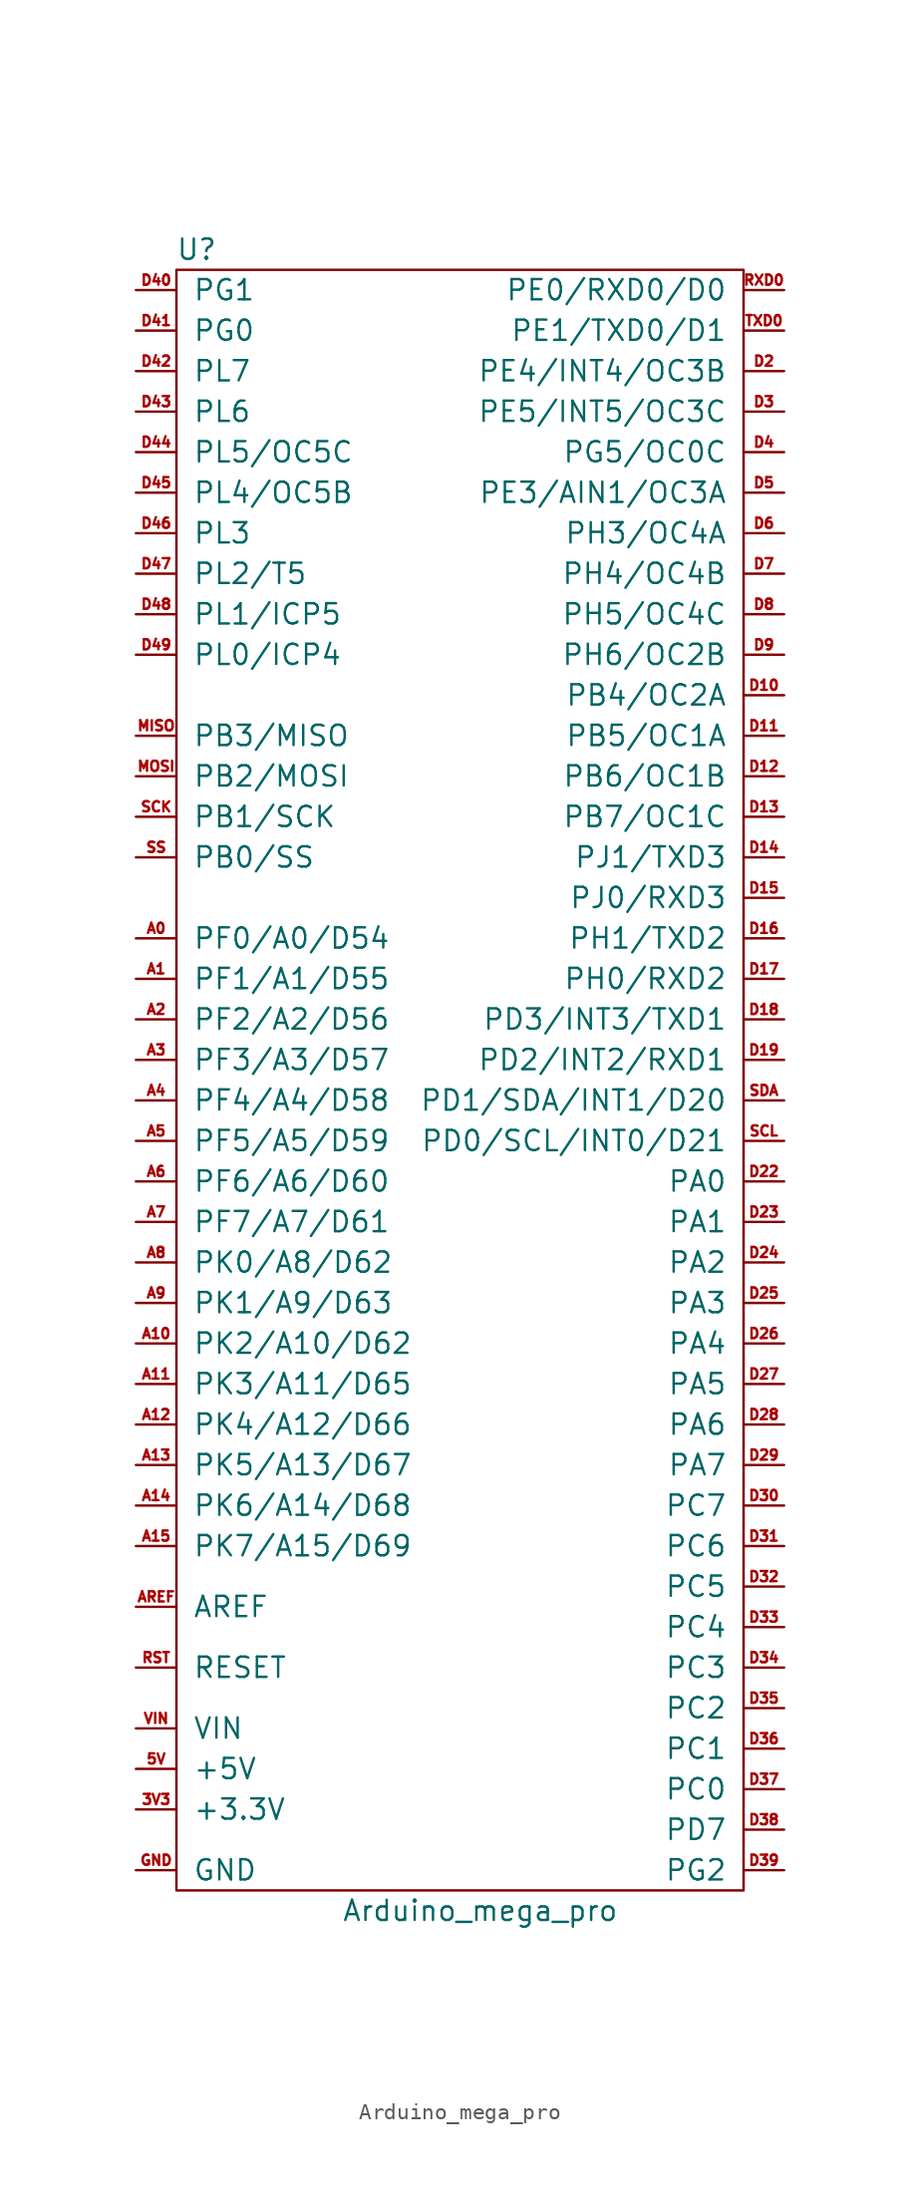
<source format=kicad_sym>
(kicad_symbol_lib
  (version 20231120)
  (generator "kicad_symbol_editor")
  (generator_version "8.0")
  (symbol "Arduino_mega_pro"
    (pin_names
      (offset 1.016))
    (property "Reference" "U"
      (at -16.51 -8.89 0)
      (effects (font (size 1.27 1.27))))
    (property "Value" "Arduino_mega_pro"
      (at 1.27 -113.03 0)
      (effects (font (size 1.27 1.27))))
    (symbol "Arduino_mega_pro_0_0"
      (pin power_out line (at -20.32 -106.68 0) (length 2.54) (name "+3.3V" (effects (font (size 1.27 1.27)))) (number "3V3" (effects (font (size 0.635 0.635)))))
      (pin power_in line (at -20.32 -104.14 0) (length 2.54) (name "+5V" (effects (font (size 1.27 1.27)))) (number "5V" (effects (font (size 0.635 0.635)))))
      (pin bidirectional line (at -20.32 -52.07 0) (length 2.54) (name "PF0/A0/D54" (effects (font (size 1.27 1.27)))) (number "A0" (effects (font (size 0.635 0.635)))))
      (pin bidirectional line (at -20.32 -54.61 0) (length 2.54) (name "PF1/A1/D55" (effects (font (size 1.27 1.27)))) (number "A1" (effects (font (size 0.635 0.635)))))
      (pin passive line (at -20.32 -77.47 0) (length 2.54) (name "PK2/A10/D62" (effects (font (size 1.27 1.27)))) (number "A10" (effects (font (size 0.635 0.635)))))
      (pin passive line (at -20.32 -80.01 0) (length 2.54) (name "PK3/A11/D65" (effects (font (size 1.27 1.27)))) (number "A11" (effects (font (size 0.635 0.635)))))
      (pin passive line (at -20.32 -82.55 0) (length 2.54) (name "PK4/A12/D66" (effects (font (size 1.27 1.27)))) (number "A12" (effects (font (size 0.635 0.635)))))
      (pin passive line (at -20.32 -85.09 0) (length 2.54) (name "PK5/A13/D67" (effects (font (size 1.27 1.27)))) (number "A13" (effects (font (size 0.635 0.635)))))
      (pin passive line (at -20.32 -87.63 0) (length 2.54) (name "PK6/A14/D68" (effects (font (size 1.27 1.27)))) (number "A14" (effects (font (size 0.635 0.635)))))
      (pin passive line (at -20.32 -90.17 0) (length 2.54) (name "PK7/A15/D69" (effects (font (size 1.27 1.27)))) (number "A15" (effects (font (size 0.635 0.635)))))
      (pin bidirectional line (at -20.32 -57.15 0) (length 2.54) (name "PF2/A2/D56" (effects (font (size 1.27 1.27)))) (number "A2" (effects (font (size 0.635 0.635)))))
      (pin bidirectional line (at -20.32 -59.69 0) (length 2.54) (name "PF3/A3/D57" (effects (font (size 1.27 1.27)))) (number "A3" (effects (font (size 0.635 0.635)))))
      (pin passive line (at -20.32 -62.23 0) (length 2.54) (name "PF4/A4/D58" (effects (font (size 1.27 1.27)))) (number "A4" (effects (font (size 0.635 0.635)))))
      (pin passive line (at -20.32 -64.77 0) (length 2.54) (name "PF5/A5/D59" (effects (font (size 1.27 1.27)))) (number "A5" (effects (font (size 0.635 0.635)))))
      (pin passive line (at -20.32 -67.31 0) (length 2.54) (name "PF6/A6/D60" (effects (font (size 1.27 1.27)))) (number "A6" (effects (font (size 0.635 0.635)))))
      (pin passive line (at -20.32 -69.85 0) (length 2.54) (name "PF7/A7/D61" (effects (font (size 1.27 1.27)))) (number "A7" (effects (font (size 0.635 0.635)))))
      (pin passive line (at -20.32 -72.39 0) (length 2.54) (name "PK0/A8/D62" (effects (font (size 1.27 1.27)))) (number "A8" (effects (font (size 0.635 0.635)))))
      (pin passive line (at -20.32 -74.93 0) (length 2.54) (name "PK1/A9/D63" (effects (font (size 1.27 1.27)))) (number "A9" (effects (font (size 0.635 0.635)))))
      (pin passive line (at -20.32 -93.98 0) (length 2.54) (name "AREF" (effects (font (size 1.27 1.27)))) (number "AREF" (effects (font (size 0.635 0.635)))))
      (pin bidirectional line (at 20.32 -36.83 180) (length 2.54) (name "PB4/OC2A" (effects (font (size 1.27 1.27)))) (number "D10" (effects (font (size 0.635 0.635)))))
      (pin bidirectional line (at 20.32 -39.37 180) (length 2.54) (name "PB5/OC1A" (effects (font (size 1.27 1.27)))) (number "D11" (effects (font (size 0.635 0.635)))))
      (pin bidirectional line (at 20.32 -41.91 180) (length 2.54) (name "PB6/OC1B" (effects (font (size 1.27 1.27)))) (number "D12" (effects (font (size 0.635 0.635)))))
      (pin bidirectional line (at 20.32 -44.45 180) (length 2.54) (name "PB7/OC1C" (effects (font (size 1.27 1.27)))) (number "D13" (effects (font (size 0.635 0.635)))))
      (pin bidirectional line (at 20.32 -46.99 180) (length 2.54) (name "PJ1/TXD3" (effects (font (size 1.27 1.27)))) (number "D14" (effects (font (size 0.635 0.635)))))
      (pin bidirectional line (at 20.32 -49.53 180) (length 2.54) (name "PJ0/RXD3" (effects (font (size 1.27 1.27)))) (number "D15" (effects (font (size 0.635 0.635)))))
      (pin bidirectional line (at 20.32 -52.07 180) (length 2.54) (name "PH1/TXD2" (effects (font (size 1.27 1.27)))) (number "D16" (effects (font (size 0.635 0.635)))))
      (pin bidirectional line (at 20.32 -54.61 180) (length 2.54) (name "PH0/RXD2" (effects (font (size 1.27 1.27)))) (number "D17" (effects (font (size 0.635 0.635)))))
      (pin bidirectional line (at 20.32 -57.15 180) (length 2.54) (name "PD3/INT3/TXD1" (effects (font (size 1.27 1.27)))) (number "D18" (effects (font (size 0.635 0.635)))))
      (pin bidirectional line (at 20.32 -59.69 180) (length 2.54) (name "PD2/INT2/RXD1" (effects (font (size 1.27 1.27)))) (number "D19" (effects (font (size 0.635 0.635)))))
      (pin bidirectional line (at 20.32 -67.31 180) (length 2.54) (name "PA0" (effects (font (size 1.27 1.27)))) (number "D22" (effects (font (size 0.635 0.635)))))
      (pin bidirectional line (at 20.32 -69.85 180) (length 2.54) (name "PA1" (effects (font (size 1.27 1.27)))) (number "D23" (effects (font (size 0.635 0.635)))))
      (pin bidirectional line (at 20.32 -72.39 180) (length 2.54) (name "PA2" (effects (font (size 1.27 1.27)))) (number "D24" (effects (font (size 0.635 0.635)))))
      (pin bidirectional line (at 20.32 -74.93 180) (length 2.54) (name "PA3" (effects (font (size 1.27 1.27)))) (number "D25" (effects (font (size 0.635 0.635)))))
      (pin bidirectional line (at 20.32 -77.47 180) (length 2.54) (name "PA4" (effects (font (size 1.27 1.27)))) (number "D26" (effects (font (size 0.635 0.635)))))
      (pin bidirectional line (at 20.32 -80.01 180) (length 2.54) (name "PA5" (effects (font (size 1.27 1.27)))) (number "D27" (effects (font (size 0.635 0.635)))))
      (pin bidirectional line (at 20.32 -82.55 180) (length 2.54) (name "PA6" (effects (font (size 1.27 1.27)))) (number "D28" (effects (font (size 0.635 0.635)))))
      (pin bidirectional line (at 20.32 -85.09 180) (length 2.54) (name "PA7" (effects (font (size 1.27 1.27)))) (number "D29" (effects (font (size 0.635 0.635)))))
      (pin bidirectional line (at 20.32 -87.63 180) (length 2.54) (name "PC7" (effects (font (size 1.27 1.27)))) (number "D30" (effects (font (size 0.635 0.635)))))
      (pin bidirectional line (at 20.32 -90.17 180) (length 2.54) (name "PC6" (effects (font (size 1.27 1.27)))) (number "D31" (effects (font (size 0.635 0.635)))))
      (pin bidirectional line (at 20.32 -92.71 180) (length 2.54) (name "PC5" (effects (font (size 1.27 1.27)))) (number "D32" (effects (font (size 0.635 0.635)))))
      (pin bidirectional line (at 20.32 -95.25 180) (length 2.54) (name "PC4" (effects (font (size 1.27 1.27)))) (number "D33" (effects (font (size 0.635 0.635)))))
      (pin bidirectional line (at 20.32 -97.79 180) (length 2.54) (name "PC3" (effects (font (size 1.27 1.27)))) (number "D34" (effects (font (size 0.635 0.635)))))
      (pin bidirectional line (at 20.32 -100.33 180) (length 2.54) (name "PC2" (effects (font (size 1.27 1.27)))) (number "D35" (effects (font (size 0.635 0.635)))))
      (pin bidirectional line (at 20.32 -102.87 180) (length 2.54) (name "PC1" (effects (font (size 1.27 1.27)))) (number "D36" (effects (font (size 0.635 0.635)))))
      (pin bidirectional line (at 20.32 -105.41 180) (length 2.54) (name "PC0" (effects (font (size 1.27 1.27)))) (number "D37" (effects (font (size 0.635 0.635)))))
      (pin bidirectional line (at 20.32 -107.95 180) (length 2.54) (name "PD7" (effects (font (size 1.27 1.27)))) (number "D38" (effects (font (size 0.635 0.635)))))
      (pin bidirectional line (at 20.32 -110.49 180) (length 2.54) (name "PG2" (effects (font (size 1.27 1.27)))) (number "D39" (effects (font (size 0.635 0.635)))))
      (pin bidirectional line (at 20.32 -21.59 180) (length 2.54) (name "PG5/OC0C" (effects (font (size 1.27 1.27)))) (number "D4" (effects (font (size 0.635 0.635)))))
      (pin bidirectional line (at -20.32 -11.43 0) (length 2.54) (name "PG1" (effects (font (size 1.27 1.27)))) (number "D40" (effects (font (size 0.635 0.635)))))
      (pin bidirectional line (at -20.32 -13.97 0) (length 2.54) (name "PG0" (effects (font (size 1.27 1.27)))) (number "D41" (effects (font (size 0.635 0.635)))))
      (pin bidirectional line (at -20.32 -16.51 0) (length 2.54) (name "PL7" (effects (font (size 1.27 1.27)))) (number "D42" (effects (font (size 0.635 0.635)))))
      (pin bidirectional line (at -20.32 -19.05 0) (length 2.54) (name "PL6" (effects (font (size 1.27 1.27)))) (number "D43" (effects (font (size 0.635 0.635)))))
      (pin bidirectional line (at -20.32 -21.59 0) (length 2.54) (name "PL5/OC5C" (effects (font (size 1.27 1.27)))) (number "D44" (effects (font (size 0.635 0.635)))))
      (pin bidirectional line (at -20.32 -24.13 0) (length 2.54) (name "PL4/OC5B" (effects (font (size 1.27 1.27)))) (number "D45" (effects (font (size 0.635 0.635)))))
      (pin bidirectional line (at -20.32 -26.67 0) (length 2.54) (name "PL3" (effects (font (size 1.27 1.27)))) (number "D46" (effects (font (size 0.635 0.635)))))
      (pin bidirectional line (at -20.32 -29.21 0) (length 2.54) (name "PL2/T5" (effects (font (size 1.27 1.27)))) (number "D47" (effects (font (size 0.635 0.635)))))
      (pin bidirectional line (at -20.32 -31.75 0) (length 2.54) (name "PL1/ICP5" (effects (font (size 1.27 1.27)))) (number "D48" (effects (font (size 0.635 0.635)))))
      (pin bidirectional line (at -20.32 -34.29 0) (length 2.54) (name "PL0/ICP4" (effects (font (size 1.27 1.27)))) (number "D49" (effects (font (size 0.635 0.635)))))
      (pin bidirectional line (at 20.32 -26.67 180) (length 2.54) (name "PH3/OC4A" (effects (font (size 1.27 1.27)))) (number "D6" (effects (font (size 0.635 0.635)))))
      (pin bidirectional line (at 20.32 -29.21 180) (length 2.54) (name "PH4/OC4B" (effects (font (size 1.27 1.27)))) (number "D7" (effects (font (size 0.635 0.635)))))
      (pin bidirectional line (at 20.32 -31.75 180) (length 2.54) (name "PH5/OC4C" (effects (font (size 1.27 1.27)))) (number "D8" (effects (font (size 0.635 0.635)))))
      (pin bidirectional line (at 20.32 -34.29 180) (length 2.54) (name "PH6/OC2B" (effects (font (size 1.27 1.27)))) (number "D9" (effects (font (size 0.635 0.635)))))
      (pin power_in line (at -20.32 -110.49 0) (length 2.54) (name "GND" (effects (font (size 1.27 1.27)))) (number "GND" (effects (font (size 0.635 0.635)))))
      (pin bidirectional line (at -20.32 -39.37 0) (length 2.54) (name "PB3/MISO" (effects (font (size 1.27 1.27)))) (number "MISO" (effects (font (size 0.635 0.635)))))
      (pin bidirectional line (at -20.32 -41.91 0) (length 2.54) (name "PB2/MOSI" (effects (font (size 1.27 1.27)))) (number "MOSI" (effects (font (size 0.635 0.635)))))
      (pin bidirectional line (at -20.32 -97.79 0) (length 2.54) (name "RESET" (effects (font (size 1.27 1.27)))) (number "RST" (effects (font (size 0.635 0.635)))))
      (pin bidirectional line (at 20.32 -11.43 180) (length 2.54) (name "PE0/RXD0/D0" (effects (font (size 1.27 1.27)))) (number "RXD0" (effects (font (size 0.635 0.635)))))
      (pin bidirectional line (at -20.32 -44.45 0) (length 2.54) (name "PB1/SCK" (effects (font (size 1.27 1.27)))) (number "SCK" (effects (font (size 0.635 0.635)))))
      (pin bidirectional line (at 20.32 -64.77 180) (length 2.54) (name "PD0/SCL/INT0/D21" (effects (font (size 1.27 1.27)))) (number "SCL" (effects (font (size 0.635 0.635)))))
      (pin bidirectional line (at 20.32 -62.23 180) (length 2.54) (name "PD1/SDA/INT1/D20" (effects (font (size 1.27 1.27)))) (number "SDA" (effects (font (size 0.635 0.635)))))
      (pin bidirectional line (at -20.32 -46.99 0) (length 2.54) (name "PB0/SS" (effects (font (size 1.27 1.27)))) (number "SS" (effects (font (size 0.635 0.635)))))
      (pin bidirectional line (at 20.32 -13.97 180) (length 2.54) (name "PE1/TXD0/D1" (effects (font (size 1.27 1.27)))) (number "TXD0" (effects (font (size 0.635 0.635)))))
      (pin power_in line (at -20.32 -101.6 0) (length 2.54) (name "VIN" (effects (font (size 1.27 1.27)))) (number "VIN" (effects (font (size 0.635 0.635))))))
    (symbol "Arduino_mega_pro_0_1"
      (polyline (pts (xy 17.78 -111.76) (xy -17.78 -111.76) (xy -17.78 -10.16) (xy 17.78 -10.16) (xy 17.78 -111.76)) (stroke (width 0) (type default)) (fill (type none))))
    (symbol "Arduino_mega_pro_1_1"
      (pin bidirectional line (at 20.32 -16.51 180) (length 2.54) (name "PE4/INT4/OC3B" (effects (font (size 1.27 1.27)))) (number "D2" (effects (font (size 0.635 0.635)))))
      (pin bidirectional line (at 20.32 -19.05 180) (length 2.54) (name "PE5/INT5/OC3C" (effects (font (size 1.27 1.27)))) (number "D3" (effects (font (size 0.635 0.635)))))
      (pin bidirectional line (at 20.32 -24.13 180) (length 2.54) (name "PE3/AIN1/OC3A" (effects (font (size 1.27 1.27)))) (number "D5" (effects (font (size 0.635 0.635))))))))
</source>
